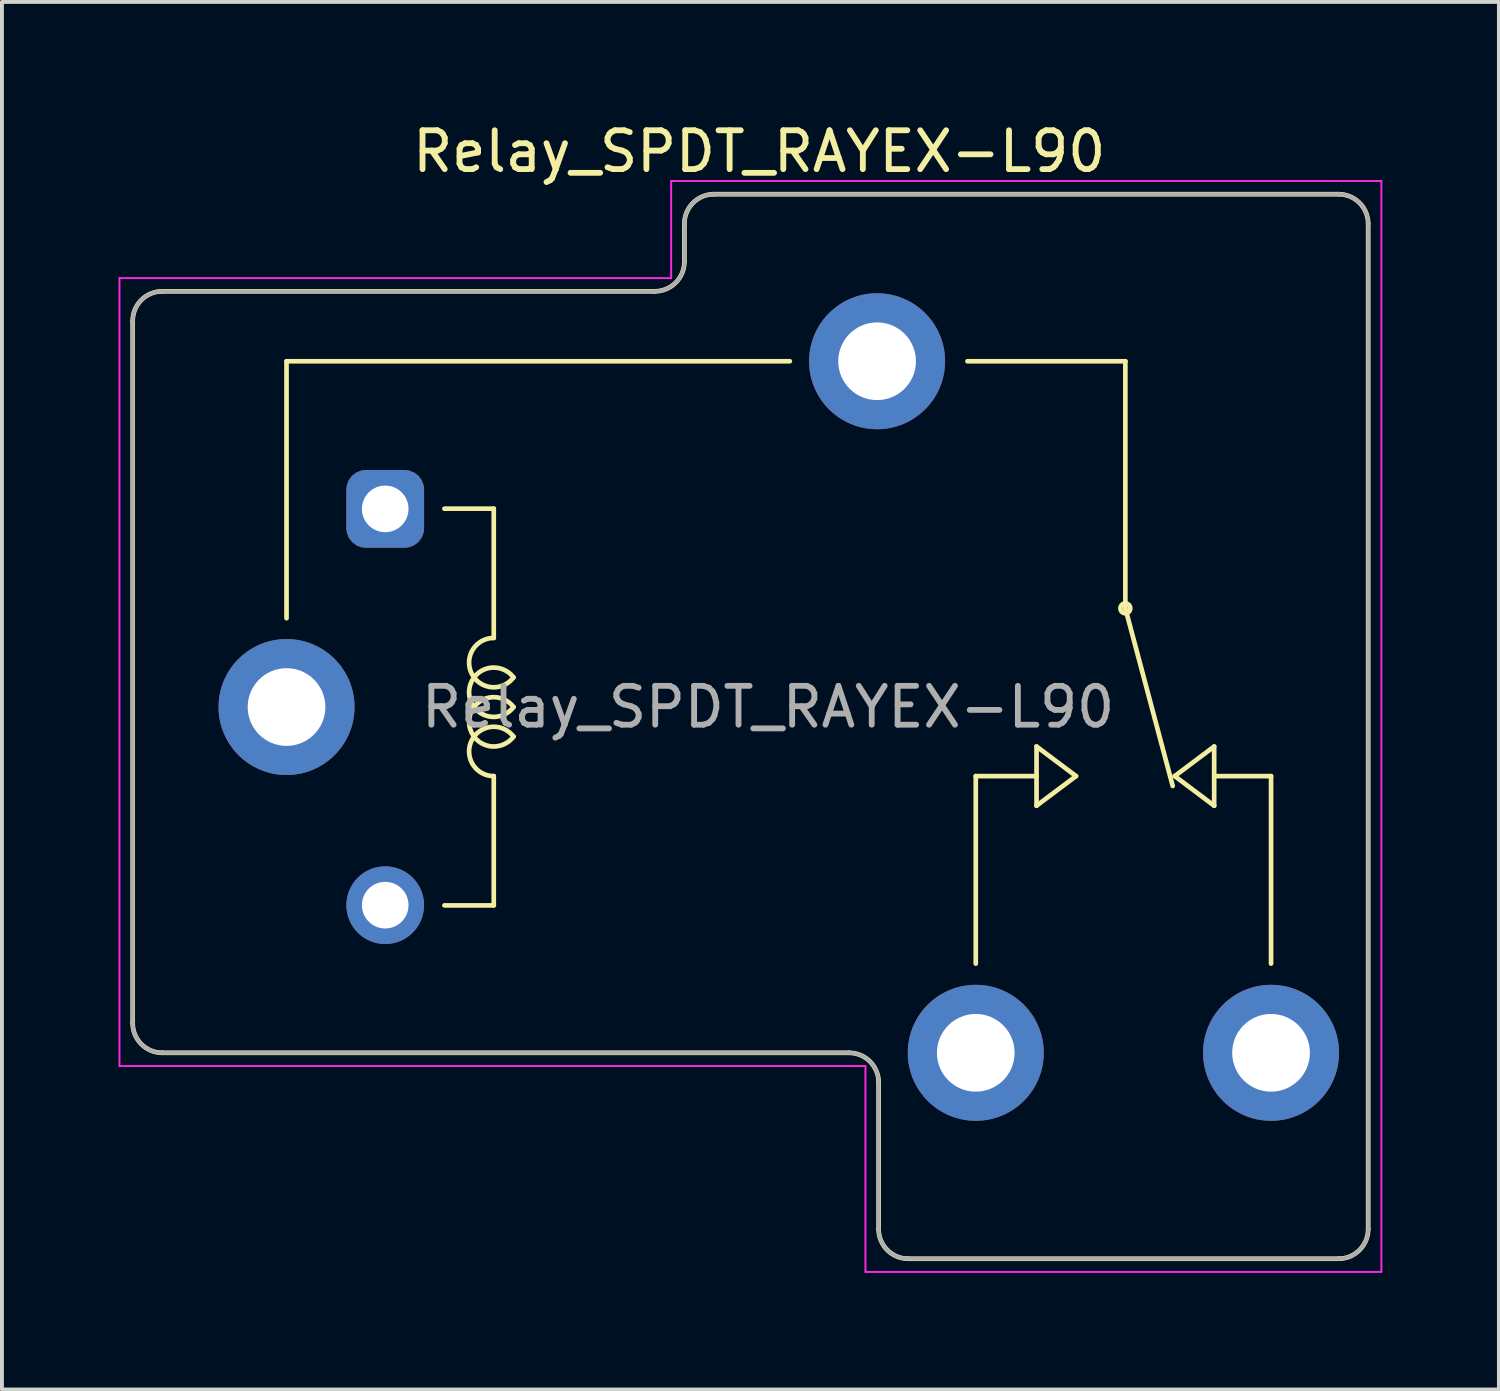
<source format=kicad_pcb>
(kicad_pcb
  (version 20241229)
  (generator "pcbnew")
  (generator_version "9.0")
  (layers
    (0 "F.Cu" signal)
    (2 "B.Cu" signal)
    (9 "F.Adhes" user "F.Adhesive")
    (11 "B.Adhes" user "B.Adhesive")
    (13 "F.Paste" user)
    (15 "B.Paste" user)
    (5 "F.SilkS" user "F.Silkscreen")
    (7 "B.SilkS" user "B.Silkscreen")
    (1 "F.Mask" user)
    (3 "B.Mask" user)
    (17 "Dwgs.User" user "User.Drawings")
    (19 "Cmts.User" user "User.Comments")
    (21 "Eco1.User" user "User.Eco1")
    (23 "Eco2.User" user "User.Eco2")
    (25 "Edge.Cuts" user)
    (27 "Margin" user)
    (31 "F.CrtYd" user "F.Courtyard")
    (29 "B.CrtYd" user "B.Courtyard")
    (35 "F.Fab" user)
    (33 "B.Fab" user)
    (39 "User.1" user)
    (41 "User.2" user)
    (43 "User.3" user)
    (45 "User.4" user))
  (footprint "Relay_SPDT_RAYEX-L90"
    (layer "F.Cu")
    (at 4.325 15.148)
    (property "Reference" "Relay_SPDT_RAYEX-L90" (at 12.167 -14.3 0) (layer "F.SilkS") (effects (font (size 1 1) (thickness 0.15))))
    (attr through_hole)
    (fp_line (start -3.96 -9.938) (end -3.96 8.138) (stroke (width 0.12) (type solid)) (layer "F.SilkS"))
    (fp_line (start -3.198 -10.7) (end 9.478 -10.7) (stroke (width 0.12) (type solid)) (layer "F.SilkS"))
    (fp_line (start -3.198 8.9) (end 14.478 8.9) (stroke (width 0.12) (type solid)) (layer "F.SilkS"))
    (fp_line (start 0 -8.9) (end 0 -2.286) (stroke (width 0.12) (type solid)) (layer "F.SilkS"))
    (fp_line (start 0 -8.9) (end 12.954 -8.9) (stroke (width 0.12) (type solid)) (layer "F.SilkS"))
    (fp_line (start 4.064 -5.105) (end 5.334 -5.105) (stroke (width 0.12) (type solid)) (layer "F.SilkS"))
    (fp_line (start 5.334 -1.778) (end 5.334 -5.105) (stroke (width 0.12) (type solid)) (layer "F.SilkS"))
    (fp_line (start 5.334 5.105) (end 4.064 5.105) (stroke (width 0.12) (type solid)) (layer "F.SilkS"))
    (fp_line (start 5.334 5.105) (end 5.334 1.778) (stroke (width 0.12) (type solid)) (layer "F.SilkS"))
    (fp_line (start 10.24 -12.438) (end 10.24 -11.462) (stroke (width 0.12) (type solid)) (layer "F.SilkS"))
    (fp_line (start 11.002 -13.2) (end 27.078 -13.2) (stroke (width 0.12) (type solid)) (layer "F.SilkS"))
    (fp_line (start 15.24 9.662) (end 15.24 13.438) (stroke (width 0.12) (type solid)) (layer "F.SilkS"))
    (fp_line (start 16.002 14.2) (end 27.078 14.2) (stroke (width 0.12) (type solid)) (layer "F.SilkS"))
    (fp_line (start 17.74 1.778) (end 19.304 1.778) (stroke (width 0.12) (type solid)) (layer "F.SilkS"))
    (fp_line (start 17.74 6.604) (end 17.74 1.778) (stroke (width 0.12) (type solid)) (layer "F.SilkS"))
    (fp_line (start 19.304 1.016) (end 19.304 2.54) (stroke (width 0.12) (type solid)) (layer "F.SilkS"))
    (fp_line (start 19.304 2.54) (end 20.32 1.778) (stroke (width 0.12) (type solid)) (layer "F.SilkS"))
    (fp_line (start 20.32 1.778) (end 19.304 1.016) (stroke (width 0.12) (type solid)) (layer "F.SilkS"))
    (fp_line (start 21.59 -8.9) (end 17.526 -8.9) (stroke (width 0.12) (type solid)) (layer "F.SilkS"))
    (fp_line (start 21.59 -2.54) (end 21.59 -8.9) (stroke (width 0.12) (type solid)) (layer "F.SilkS"))
    (fp_line (start 21.59 -2.54) (end 22.809 2.032) (stroke (width 0.12) (type solid)) (layer "F.SilkS"))
    (fp_line (start 22.86 1.778) (end 23.876 1.016) (stroke (width 0.12) (type solid)) (layer "F.SilkS"))
    (fp_line (start 23.876 1.778) (end 25.34 1.778) (stroke (width 0.12) (type solid)) (layer "F.SilkS"))
    (fp_line (start 23.876 2.54) (end 22.86 1.778) (stroke (width 0.12) (type solid)) (layer "F.SilkS"))
    (fp_line (start 23.876 2.54) (end 23.876 1.016) (stroke (width 0.12) (type solid)) (layer "F.SilkS"))
    (fp_line (start 25.34 1.778) (end 25.34 6.604) (stroke (width 0.12) (type solid)) (layer "F.SilkS"))
    (fp_line (start 27.84 -12.438) (end 27.84 13.438) (stroke (width 0.12) (type solid)) (layer "F.SilkS"))
    (fp_arc (start -3.96 -9.938) (mid -3.736815 -10.476815) (end -3.198 -10.7) (stroke (width 0.12) (type solid)) (layer "F.SilkS"))
    (fp_arc (start -3.198 8.9) (mid -3.736815 8.676815) (end -3.96 8.138) (stroke (width 0.12) (type solid)) (layer "F.SilkS"))
    (fp_arc (start 5.334002 1.777997) (mid 4.765966 0.859166) (end 5.841802 0.76173) (stroke (width 0.12) (type solid)) (layer "F.SilkS"))
    (fp_arc (start 5.8418 -0.761733) (mid 4.765964 -0.859168) (end 5.334 -1.778) (stroke (width 0.12) (type solid)) (layer "F.SilkS"))
    (fp_arc (start 5.842265 -0.000355) (mid 4.699002 -0.38078) (end 5.842 -0.762001) (stroke (width 0.12) (type solid)) (layer "F.SilkS"))
    (fp_arc (start 5.842266 0.761644) (mid 4.699003 0.381219) (end 5.842001 -0.000002) (stroke (width 0.12) (type solid)) (layer "F.SilkS"))
    (fp_arc (start 10.24 -12.438) (mid 10.463185 -12.976815) (end 11.002 -13.2) (stroke (width 0.12) (type solid)) (layer "F.SilkS"))
    (fp_arc (start 10.24 -11.462) (mid 10.016815 -10.923185) (end 9.478 -10.7) (stroke (width 0.12) (type solid)) (layer "F.SilkS"))
    (fp_arc (start 14.478 8.9) (mid 15.016815 9.123185) (end 15.24 9.662) (stroke (width 0.12) (type solid)) (layer "F.SilkS"))
    (fp_arc (start 16.002 14.2) (mid 15.463185 13.976815) (end 15.24 13.438) (stroke (width 0.12) (type solid)) (layer "F.SilkS"))
    (fp_arc (start 27.078 -13.2) (mid 27.616815 -12.976815) (end 27.84 -12.438) (stroke (width 0.12) (type solid)) (layer "F.SilkS"))
    (fp_arc (start 27.84 13.438) (mid 27.616815 13.976815) (end 27.078 14.2) (stroke (width 0.12) (type solid)) (layer "F.SilkS"))
    (fp_circle (center 21.59 -2.54) (end 21.59 -2.413) (stroke (width 0.12) (type solid)) (fill no) (layer "F.SilkS"))
    (fp_line (start -4.3 -11.04) (end -4.3 9.24) (stroke (width 0.05) (type solid)) (layer "F.CrtYd"))
    (fp_line (start -4.3 -11.04) (end 9.9 -11.04) (stroke (width 0.05) (type solid)) (layer "F.CrtYd"))
    (fp_line (start -4.3 9.24) (end 14.9 9.24) (stroke (width 0.05) (type solid)) (layer "F.CrtYd"))
    (fp_line (start 9.9 -13.54) (end 9.9 -11.04) (stroke (width 0.05) (type solid)) (layer "F.CrtYd"))
    (fp_line (start 9.9 -13.54) (end 28.18 -13.54) (stroke (width 0.05) (type solid)) (layer "F.CrtYd"))
    (fp_line (start 14.9 9.24) (end 14.9 14.54) (stroke (width 0.05) (type solid)) (layer "F.CrtYd"))
    (fp_line (start 14.9 14.54) (end 28.18 14.54) (stroke (width 0.05) (type solid)) (layer "F.CrtYd"))
    (fp_line (start 28.18 -13.54) (end 28.18 14.54) (stroke (width 0.05) (type solid)) (layer "F.CrtYd"))
    (fp_line (start -3.96 -9.938) (end -3.96 8.138) (stroke (width 0.1) (type solid)) (layer "F.Fab"))
    (fp_line (start -3.198 -10.7) (end 9.478 -10.7) (stroke (width 0.1) (type solid)) (layer "F.Fab"))
    (fp_line (start -3.198 8.9) (end 14.478 8.9) (stroke (width 0.1) (type solid)) (layer "F.Fab"))
    (fp_line (start 10.24 -12.438) (end 10.24 -11.462) (stroke (width 0.1) (type solid)) (layer "F.Fab"))
    (fp_line (start 11.002 -13.2) (end 27.078 -13.2) (stroke (width 0.1) (type solid)) (layer "F.Fab"))
    (fp_line (start 15.24 9.662) (end 15.24 13.438) (stroke (width 0.1) (type solid)) (layer "F.Fab"))
    (fp_line (start 16.002 14.2) (end 27.078 14.2) (stroke (width 0.1) (type solid)) (layer "F.Fab"))
    (fp_line (start 27.84 -12.438) (end 27.84 13.438) (stroke (width 0.1) (type solid)) (layer "F.Fab"))
    (fp_arc (start -3.96 -9.938) (mid -3.736815 -10.476815) (end -3.198 -10.7) (stroke (width 0.1) (type solid)) (layer "F.Fab"))
    (fp_arc (start -3.198 8.9) (mid -3.736815 8.676815) (end -3.96 8.138) (stroke (width 0.1) (type solid)) (layer "F.Fab"))
    (fp_arc (start 10.24 -12.438) (mid 10.463185 -12.976815) (end 11.002 -13.2) (stroke (width 0.1) (type solid)) (layer "F.Fab"))
    (fp_arc (start 10.24 -11.462) (mid 10.016815 -10.923185) (end 9.478 -10.7) (stroke (width 0.1) (type solid)) (layer "F.Fab"))
    (fp_arc (start 14.478 8.9) (mid 15.016815 9.123185) (end 15.24 9.662) (stroke (width 0.1) (type solid)) (layer "F.Fab"))
    (fp_arc (start 16.002 14.2) (mid 15.463185 13.976815) (end 15.24 13.438) (stroke (width 0.1) (type solid)) (layer "F.Fab"))
    (fp_arc (start 27.078 -13.2) (mid 27.616815 -12.976815) (end 27.84 -12.438) (stroke (width 0.1) (type solid)) (layer "F.Fab"))
    (fp_arc (start 27.84 13.438) (mid 27.616815 13.976815) (end 27.078 14.2) (stroke (width 0.1) (type solid)) (layer "F.Fab"))
    (fp_text user "${REFERENCE}" (at 12.395 0 0) (layer "F.Fab") (effects (font (size 1 1) (thickness 0.15))))
    (pad "1" thru_hole circle (at 0 0 180) (size 3.5 3.5) (drill 2) (layers "*.Cu" "*.Mask"))
    (pad "2" thru_hole roundrect (at 2.54 -5.1 180) (size 2 2) (drill 1.2) (layers "*.Cu" "*.Mask") (roundrect_rratio 0.25))
    (pad "3" thru_hole circle (at 17.74 8.9 180) (size 3.5 3.5) (drill 2) (layers "*.Cu" "*.Mask"))
    (pad "4" thru_hole circle (at 25.34 8.9 180) (size 3.5 3.5) (drill 2) (layers "*.Cu" "*.Mask"))
    (pad "5" thru_hole circle (at 15.2 -8.9 180) (size 3.5 3.5) (drill 2) (layers "*.Cu" "*.Mask"))
    (pad "6" thru_hole circle (at 2.54 5.1 180) (size 2 2) (drill 1.2) (layers "*.Cu" "*.Mask")))
  (gr_rect
    (start -3 -3)
    (end 35.53 32.713)
    (stroke (width 0.1) (type default))
    (fill no)
    (layer "Edge.Cuts")))
</source>
